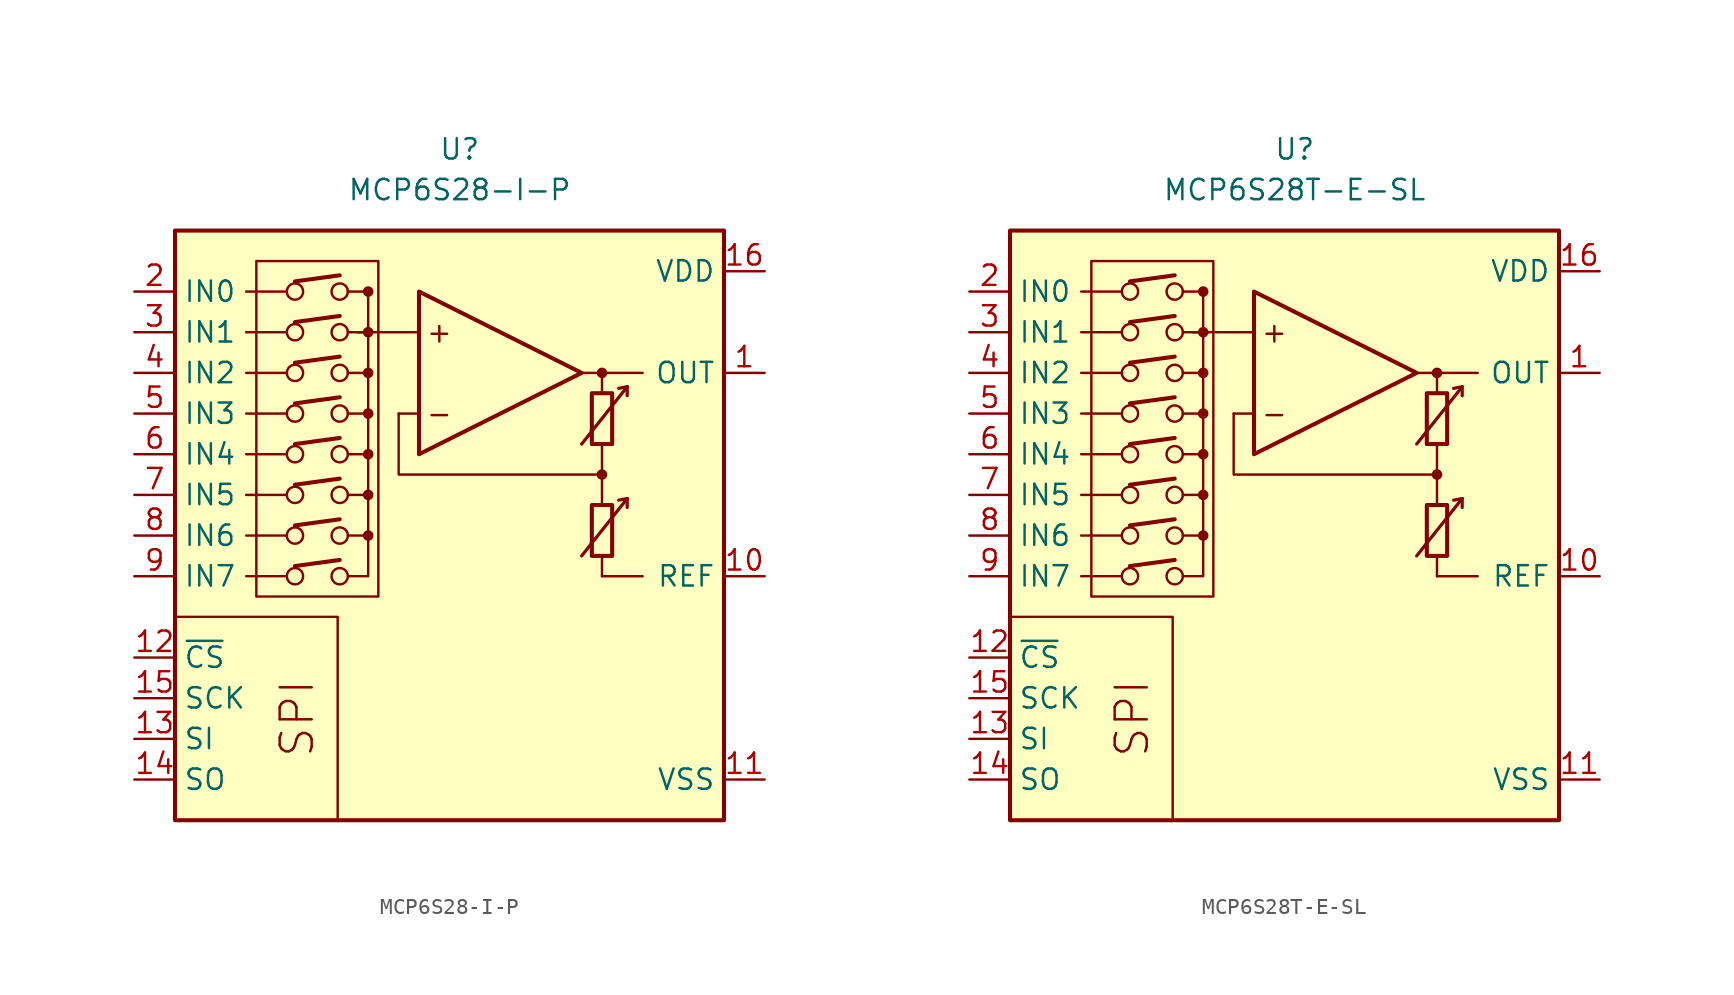
<source format=kicad_sym>
(kicad_symbol_lib
  (version 20211014)
  (generator kicad_symbol_editor)
  (symbol "MCP6S28-I-P"
    (property "Reference" "U"
      (at 0 19.05 0)
      (effects (font (size 1.27 1.27))))
    (property "Value" "MCP6S28-I-P"
      (at 0 16.51 0)
      (effects (font (size 1.27 1.27))))
    (symbol "MCP6S28-I-P_0_0"
      (rectangle (start -17.78 13.97) (end 16.51 -22.86) (stroke (width 0.254) (type default) (color 0 0 0 0)) (fill (type background)))
      (rectangle (start -12.7 12.065) (end -5.08 -8.89) (stroke (width 0.152) (type default) (color 0 0 0 0)) (fill (type none)))
      (circle (center -10.287 -7.62) (radius 0.508) (stroke (width 0) (type default) (color 0 0 0 0)) (fill (type none)))
      (circle (center -10.287 -5.08) (radius 0.508) (stroke (width 0) (type default) (color 0 0 0 0)) (fill (type none)))
      (circle (center -10.287 -2.54) (radius 0.508) (stroke (width 0) (type default) (color 0 0 0 0)) (fill (type none)))
      (circle (center -10.287 0) (radius 0.508) (stroke (width 0) (type default) (color 0 0 0 0)) (fill (type none)))
      (circle (center -10.287 2.54) (radius 0.508) (stroke (width 0) (type default) (color 0 0 0 0)) (fill (type none)))
      (circle (center -10.287 5.08) (radius 0.508) (stroke (width 0) (type default) (color 0 0 0 0)) (fill (type none)))
      (circle (center -10.287 7.62) (radius 0.508) (stroke (width 0) (type default) (color 0 0 0 0)) (fill (type none)))
      (circle (center -10.287 10.16) (radius 0.508) (stroke (width 0) (type default) (color 0 0 0 0)) (fill (type none)))
      (circle (center -7.493 -7.62) (radius 0.508) (stroke (width 0) (type default) (color 0 0 0 0)) (fill (type none)))
      (circle (center -7.493 -5.08) (radius 0.508) (stroke (width 0) (type default) (color 0 0 0 0)) (fill (type none)))
      (circle (center -7.493 -2.54) (radius 0.508) (stroke (width 0) (type default) (color 0 0 0 0)) (fill (type none)))
      (circle (center -7.493 0) (radius 0.508) (stroke (width 0) (type default) (color 0 0 0 0)) (fill (type none)))
      (circle (center -7.493 2.54) (radius 0.508) (stroke (width 0) (type default) (color 0 0 0 0)) (fill (type none)))
      (circle (center -7.493 5.08) (radius 0.508) (stroke (width 0) (type default) (color 0 0 0 0)) (fill (type none)))
      (circle (center -7.493 7.62) (radius 0.508) (stroke (width 0) (type default) (color 0 0 0 0)) (fill (type none)))
      (circle (center -7.493 10.16) (radius 0.508) (stroke (width 0) (type default) (color 0 0 0 0)) (fill (type none)))
      (circle (center -5.715 -5.08) (radius 0.254) (stroke (width 0.152) (type default) (color 0 0 0 0)) (fill (type outline)))
      (circle (center -5.715 -2.54) (radius 0.254) (stroke (width 0.152) (type default) (color 0 0 0 0)) (fill (type outline)))
      (circle (center -5.715 0) (radius 0.254) (stroke (width 0.152) (type default) (color 0 0 0 0)) (fill (type outline)))
      (circle (center -5.715 2.54) (radius 0.254) (stroke (width 0.152) (type default) (color 0 0 0 0)) (fill (type outline)))
      (circle (center -5.715 5.08) (radius 0.254) (stroke (width 0.152) (type default) (color 0 0 0 0)) (fill (type outline)))
      (circle (center -5.715 7.62) (radius 0.254) (stroke (width 0.152) (type default) (color 0 0 0 0)) (fill (type outline)))
      (circle (center -5.715 10.16) (radius 0.254) (stroke (width 0.152) (type default) (color 0 0 0 0)) (fill (type outline)))
      (polyline (pts (xy 8.89 -3.81)) (stroke (width 0.152) (type default) (color 0 0 0 0)) (fill (type none)))
      (polyline (pts (xy 8.89 3.81)) (stroke (width 0.152) (type default) (color 0 0 0 0)) (fill (type none)))
      (polyline (pts (xy -10.795 -7.62) (xy -13.335 -7.62)) (stroke (width 0.152) (type default) (color 0 0 0 0)) (fill (type none)))
      (polyline (pts (xy -10.795 -5.08) (xy -13.335 -5.08)) (stroke (width 0.152) (type default) (color 0 0 0 0)) (fill (type none)))
      (polyline (pts (xy -10.795 -2.54) (xy -13.335 -2.54)) (stroke (width 0.152) (type default) (color 0 0 0 0)) (fill (type none)))
      (polyline (pts (xy -10.795 0) (xy -13.335 0)) (stroke (width 0.152) (type default) (color 0 0 0 0)) (fill (type none)))
      (polyline (pts (xy -10.795 2.54) (xy -13.335 2.54)) (stroke (width 0.152) (type default) (color 0 0 0 0)) (fill (type none)))
      (polyline (pts (xy -10.795 5.08) (xy -13.335 5.08)) (stroke (width 0.152) (type default) (color 0 0 0 0)) (fill (type none)))
      (polyline (pts (xy -10.795 7.62) (xy -13.335 7.62)) (stroke (width 0.152) (type default) (color 0 0 0 0)) (fill (type none)))
      (polyline (pts (xy -10.795 10.16) (xy -13.335 10.16)) (stroke (width 0.152) (type default) (color 0 0 0 0)) (fill (type none)))
      (polyline (pts (xy -10.287 -6.985) (xy -7.493 -6.604)) (stroke (width 0.254) (type default) (color 0 0 0 0)) (fill (type none)))
      (polyline (pts (xy -10.287 -4.445) (xy -7.493 -4.064)) (stroke (width 0.254) (type default) (color 0 0 0 0)) (fill (type none)))
      (polyline (pts (xy -10.287 -1.905) (xy -7.493 -1.524)) (stroke (width 0.254) (type default) (color 0 0 0 0)) (fill (type none)))
      (polyline (pts (xy -10.287 0.635) (xy -7.493 1.016)) (stroke (width 0.254) (type default) (color 0 0 0 0)) (fill (type none)))
      (polyline (pts (xy -10.287 3.175) (xy -7.493 3.556)) (stroke (width 0.254) (type default) (color 0 0 0 0)) (fill (type none)))
      (polyline (pts (xy -10.287 5.715) (xy -7.493 6.096)) (stroke (width 0.254) (type default) (color 0 0 0 0)) (fill (type none)))
      (polyline (pts (xy -10.287 8.255) (xy -7.493 8.636)) (stroke (width 0.254) (type default) (color 0 0 0 0)) (fill (type none)))
      (polyline (pts (xy -10.287 10.795) (xy -7.493 11.176)) (stroke (width 0.254) (type default) (color 0 0 0 0)) (fill (type none)))
      (polyline (pts (xy -5.715 10.16) (xy -6.985 10.16)) (stroke (width 0.152) (type default) (color 0 0 0 0)) (fill (type none)))
      (polyline (pts (xy -2.54 2.54) (xy -3.81 2.54)) (stroke (width 0.152) (type default) (color 0 0 0 0)) (fill (type none)))
      (polyline (pts (xy -2.54 7.62) (xy -6.35 7.62)) (stroke (width 0.152) (type default) (color 0 0 0 0)) (fill (type none)))
      (polyline (pts (xy 7.62 5.08) (xy 11.43 5.08)) (stroke (width 0.152) (type default) (color 0 0 0 0)) (fill (type none)))
      (polyline (pts (xy 8.89 -6.35) (xy 8.89 -7.62)) (stroke (width 0.152) (type default) (color 0 0 0 0)) (fill (type none)))
      (polyline (pts (xy 8.89 -1.27) (xy 8.89 -3.175)) (stroke (width 0.152) (type default) (color 0 0 0 0)) (fill (type none)))
      (polyline (pts (xy 8.89 0.635) (xy 8.89 -1.27)) (stroke (width 0.152) (type default) (color 0 0 0 0)) (fill (type none)))
      (polyline (pts (xy 8.89 5.08) (xy 8.89 3.81)) (stroke (width 0.152) (type default) (color 0 0 0 0)) (fill (type none)))
      (polyline (pts (xy -7.62 -22.86) (xy -7.62 -10.16) (xy -17.78 -10.16)) (stroke (width 0.152) (type default) (color 0 0 0 0)) (fill (type none)))
      (polyline (pts (xy -6.985 -7.62) (xy -5.715 -7.62) (xy -5.715 -5.08)) (stroke (width 0.152) (type default) (color 0 0 0 0)) (fill (type none)))
      (polyline (pts (xy -6.985 -5.08) (xy -5.715 -5.08) (xy -5.715 -2.54)) (stroke (width 0.152) (type default) (color 0 0 0 0)) (fill (type none)))
      (polyline (pts (xy -6.985 -2.54) (xy -5.715 -2.54) (xy -5.715 0)) (stroke (width 0.152) (type default) (color 0 0 0 0)) (fill (type none)))
      (polyline (pts (xy -6.985 0) (xy -5.715 0) (xy -5.715 2.54)) (stroke (width 0.152) (type default) (color 0 0 0 0)) (fill (type none)))
      (polyline (pts (xy -6.985 2.54) (xy -5.715 2.54) (xy -5.715 5.08)) (stroke (width 0.152) (type default) (color 0 0 0 0)) (fill (type none)))
      (polyline (pts (xy -6.985 5.08) (xy -5.715 5.08) (xy -5.715 7.62)) (stroke (width 0.152) (type default) (color 0 0 0 0)) (fill (type none)))
      (polyline (pts (xy -6.985 7.62) (xy -5.715 7.62) (xy -5.715 10.16)) (stroke (width 0.152) (type default) (color 0 0 0 0)) (fill (type none)))
      (polyline (pts (xy 8.89 -1.27) (xy -3.81 -1.27) (xy -3.81 2.54)) (stroke (width 0.152) (type default) (color 0 0 0 0)) (fill (type none)))
      (circle (center 8.89 -1.27) (radius 0.254) (stroke (width 0.152) (type default) (color 0 0 0 0)) (fill (type outline)))
      (circle (center 8.89 5.08) (radius 0.254) (stroke (width 0.152) (type default) (color 0 0 0 0)) (fill (type outline)))
      (text "+" (at -1.27 7.62 0) (effects (font (size 1.27 1.27))))
      (text "-" (at -1.27 2.54 0) (effects (font (size 1.27 1.27))))
      (text "SPI" (at -10.16 -16.51 900) (effects (font (size 2 2)))))
    (symbol "MCP6S28-I-P_0_1"
      (polyline (pts (xy 8.89 -7.62) (xy 11.43 -7.62)) (stroke (width 0) (type default) (color 0 0 0 0)) (fill (type none)))
      (polyline (pts (xy 10.465 -2.769) (xy 9.931 -2.87)) (stroke (width 0.2) (type default) (color 0 0 0 0)) (fill (type none)))
      (polyline (pts (xy 10.465 -2.769) (xy 10.465 -3.327)) (stroke (width 0.2) (type default) (color 0 0 0 0)) (fill (type none)))
      (polyline (pts (xy 10.465 4.216) (xy 9.931 4.115)) (stroke (width 0.2) (type default) (color 0 0 0 0)) (fill (type none)))
      (polyline (pts (xy 10.465 4.216) (xy 10.465 3.658)) (stroke (width 0.2) (type default) (color 0 0 0 0)) (fill (type none)))
      (polyline (pts (xy -2.54 10.16) (xy -2.54 0) (xy 7.62 5.08) (xy -2.54 10.16)) (stroke (width 0.254) (type default) (color 0 0 0 0)) (fill (type background)))
      (polyline (pts (xy 7.62 -6.35) (xy 10.465 -2.769) (xy 10.465 -2.769) (xy 10.465 -2.769)) (stroke (width 0.2) (type default) (color 0 0 0 0)) (fill (type none)))
      (polyline (pts (xy 7.62 0.635) (xy 10.465 4.216) (xy 10.465 4.216) (xy 10.465 4.216)) (stroke (width 0.2) (type default) (color 0 0 0 0)) (fill (type none)))
      (rectangle (start 8.255 -3.175) (end 9.525 -6.35) (stroke (width 0.254) (type default) (color 0 0 0 0)) (fill (type none)))
      (rectangle (start 8.255 3.81) (end 9.525 0.635) (stroke (width 0.254) (type default) (color 0 0 0 0)) (fill (type none))))
    (symbol "MCP6S28-I-P_1_1"
      (pin output line (at 19.05 5.08 180) (length 2.54) (name "OUT" (effects (font (size 1.27 1.27)))) (number "1" (effects (font (size 1.27 1.27)))))
      (pin passive line (at 19.05 -7.62 180) (length 2.54) (name "REF" (effects (font (size 1.27 1.27)))) (number "10" (effects (font (size 1.27 1.27)))))
      (pin power_in line (at 19.05 -20.32 180) (length 2.54) (name "VSS" (effects (font (size 1.27 1.27)))) (number "11" (effects (font (size 1.27 1.27)))))
      (pin input line (at -20.32 -12.7 0) (length 2.54) (name "~{CS}" (effects (font (size 1.27 1.27)))) (number "12" (effects (font (size 1.27 1.27)))))
      (pin input line (at -20.32 -17.78 0) (length 2.54) (name "SI" (effects (font (size 1.27 1.27)))) (number "13" (effects (font (size 1.27 1.27)))))
      (pin output line (at -20.32 -20.32 0) (length 2.54) (name "SO" (effects (font (size 1.27 1.27)))) (number "14" (effects (font (size 1.27 1.27)))))
      (pin input line (at -20.32 -15.24 0) (length 2.54) (name "SCK" (effects (font (size 1.27 1.27)))) (number "15" (effects (font (size 1.27 1.27)))))
      (pin power_in line (at 19.05 11.43 180) (length 2.54) (name "VDD" (effects (font (size 1.27 1.27)))) (number "16" (effects (font (size 1.27 1.27)))))
      (pin input line (at -20.32 10.16 0) (length 2.54) (name "IN0" (effects (font (size 1.27 1.27)))) (number "2" (effects (font (size 1.27 1.27)))))
      (pin input line (at -20.32 7.62 0) (length 2.54) (name "IN1" (effects (font (size 1.27 1.27)))) (number "3" (effects (font (size 1.27 1.27)))))
      (pin input line (at -20.32 5.08 0) (length 2.54) (name "IN2" (effects (font (size 1.27 1.27)))) (number "4" (effects (font (size 1.27 1.27)))))
      (pin input line (at -20.32 2.54 0) (length 2.54) (name "IN3" (effects (font (size 1.27 1.27)))) (number "5" (effects (font (size 1.27 1.27)))))
      (pin input line (at -20.32 0 0) (length 2.54) (name "IN4" (effects (font (size 1.27 1.27)))) (number "6" (effects (font (size 1.27 1.27)))))
      (pin input line (at -20.32 -2.54 0) (length 2.54) (name "IN5" (effects (font (size 1.27 1.27)))) (number "7" (effects (font (size 1.27 1.27)))))
      (pin input line (at -20.32 -5.08 0) (length 2.54) (name "IN6" (effects (font (size 1.27 1.27)))) (number "8" (effects (font (size 1.27 1.27)))))
      (pin input line (at -20.32 -7.62 0) (length 2.54) (name "IN7" (effects (font (size 1.27 1.27)))) (number "9" (effects (font (size 1.27 1.27)))))))
  (symbol "MCP6S28T-E-SL"
    (property "Reference" "U"
      (at 0 19.05 0)
      (effects (font (size 1.27 1.27))))
    (property "Value" "MCP6S28T-E-SL"
      (at 0 16.51 0)
      (effects (font (size 1.27 1.27))))
    (symbol "MCP6S28T-E-SL_0_0"
      (rectangle (start -17.78 13.97) (end 16.51 -22.86) (stroke (width 0.254) (type default) (color 0 0 0 0)) (fill (type background)))
      (rectangle (start -12.7 12.065) (end -5.08 -8.89) (stroke (width 0.152) (type default) (color 0 0 0 0)) (fill (type none)))
      (circle (center -10.287 -7.62) (radius 0.508) (stroke (width 0) (type default) (color 0 0 0 0)) (fill (type none)))
      (circle (center -10.287 -5.08) (radius 0.508) (stroke (width 0) (type default) (color 0 0 0 0)) (fill (type none)))
      (circle (center -10.287 -2.54) (radius 0.508) (stroke (width 0) (type default) (color 0 0 0 0)) (fill (type none)))
      (circle (center -10.287 0) (radius 0.508) (stroke (width 0) (type default) (color 0 0 0 0)) (fill (type none)))
      (circle (center -10.287 2.54) (radius 0.508) (stroke (width 0) (type default) (color 0 0 0 0)) (fill (type none)))
      (circle (center -10.287 5.08) (radius 0.508) (stroke (width 0) (type default) (color 0 0 0 0)) (fill (type none)))
      (circle (center -10.287 7.62) (radius 0.508) (stroke (width 0) (type default) (color 0 0 0 0)) (fill (type none)))
      (circle (center -10.287 10.16) (radius 0.508) (stroke (width 0) (type default) (color 0 0 0 0)) (fill (type none)))
      (circle (center -7.493 -7.62) (radius 0.508) (stroke (width 0) (type default) (color 0 0 0 0)) (fill (type none)))
      (circle (center -7.493 -5.08) (radius 0.508) (stroke (width 0) (type default) (color 0 0 0 0)) (fill (type none)))
      (circle (center -7.493 -2.54) (radius 0.508) (stroke (width 0) (type default) (color 0 0 0 0)) (fill (type none)))
      (circle (center -7.493 0) (radius 0.508) (stroke (width 0) (type default) (color 0 0 0 0)) (fill (type none)))
      (circle (center -7.493 2.54) (radius 0.508) (stroke (width 0) (type default) (color 0 0 0 0)) (fill (type none)))
      (circle (center -7.493 5.08) (radius 0.508) (stroke (width 0) (type default) (color 0 0 0 0)) (fill (type none)))
      (circle (center -7.493 7.62) (radius 0.508) (stroke (width 0) (type default) (color 0 0 0 0)) (fill (type none)))
      (circle (center -7.493 10.16) (radius 0.508) (stroke (width 0) (type default) (color 0 0 0 0)) (fill (type none)))
      (circle (center -5.715 -5.08) (radius 0.254) (stroke (width 0.152) (type default) (color 0 0 0 0)) (fill (type outline)))
      (circle (center -5.715 -2.54) (radius 0.254) (stroke (width 0.152) (type default) (color 0 0 0 0)) (fill (type outline)))
      (circle (center -5.715 0) (radius 0.254) (stroke (width 0.152) (type default) (color 0 0 0 0)) (fill (type outline)))
      (circle (center -5.715 2.54) (radius 0.254) (stroke (width 0.152) (type default) (color 0 0 0 0)) (fill (type outline)))
      (circle (center -5.715 5.08) (radius 0.254) (stroke (width 0.152) (type default) (color 0 0 0 0)) (fill (type outline)))
      (circle (center -5.715 7.62) (radius 0.254) (stroke (width 0.152) (type default) (color 0 0 0 0)) (fill (type outline)))
      (circle (center -5.715 10.16) (radius 0.254) (stroke (width 0.152) (type default) (color 0 0 0 0)) (fill (type outline)))
      (polyline (pts (xy 8.89 -3.81)) (stroke (width 0.152) (type default) (color 0 0 0 0)) (fill (type none)))
      (polyline (pts (xy 8.89 3.81)) (stroke (width 0.152) (type default) (color 0 0 0 0)) (fill (type none)))
      (polyline (pts (xy -10.795 -7.62) (xy -13.335 -7.62)) (stroke (width 0.152) (type default) (color 0 0 0 0)) (fill (type none)))
      (polyline (pts (xy -10.795 -5.08) (xy -13.335 -5.08)) (stroke (width 0.152) (type default) (color 0 0 0 0)) (fill (type none)))
      (polyline (pts (xy -10.795 -2.54) (xy -13.335 -2.54)) (stroke (width 0.152) (type default) (color 0 0 0 0)) (fill (type none)))
      (polyline (pts (xy -10.795 0) (xy -13.335 0)) (stroke (width 0.152) (type default) (color 0 0 0 0)) (fill (type none)))
      (polyline (pts (xy -10.795 2.54) (xy -13.335 2.54)) (stroke (width 0.152) (type default) (color 0 0 0 0)) (fill (type none)))
      (polyline (pts (xy -10.795 5.08) (xy -13.335 5.08)) (stroke (width 0.152) (type default) (color 0 0 0 0)) (fill (type none)))
      (polyline (pts (xy -10.795 7.62) (xy -13.335 7.62)) (stroke (width 0.152) (type default) (color 0 0 0 0)) (fill (type none)))
      (polyline (pts (xy -10.795 10.16) (xy -13.335 10.16)) (stroke (width 0.152) (type default) (color 0 0 0 0)) (fill (type none)))
      (polyline (pts (xy -10.287 -6.985) (xy -7.493 -6.604)) (stroke (width 0.254) (type default) (color 0 0 0 0)) (fill (type none)))
      (polyline (pts (xy -10.287 -4.445) (xy -7.493 -4.064)) (stroke (width 0.254) (type default) (color 0 0 0 0)) (fill (type none)))
      (polyline (pts (xy -10.287 -1.905) (xy -7.493 -1.524)) (stroke (width 0.254) (type default) (color 0 0 0 0)) (fill (type none)))
      (polyline (pts (xy -10.287 0.635) (xy -7.493 1.016)) (stroke (width 0.254) (type default) (color 0 0 0 0)) (fill (type none)))
      (polyline (pts (xy -10.287 3.175) (xy -7.493 3.556)) (stroke (width 0.254) (type default) (color 0 0 0 0)) (fill (type none)))
      (polyline (pts (xy -10.287 5.715) (xy -7.493 6.096)) (stroke (width 0.254) (type default) (color 0 0 0 0)) (fill (type none)))
      (polyline (pts (xy -10.287 8.255) (xy -7.493 8.636)) (stroke (width 0.254) (type default) (color 0 0 0 0)) (fill (type none)))
      (polyline (pts (xy -10.287 10.795) (xy -7.493 11.176)) (stroke (width 0.254) (type default) (color 0 0 0 0)) (fill (type none)))
      (polyline (pts (xy -5.715 10.16) (xy -6.985 10.16)) (stroke (width 0.152) (type default) (color 0 0 0 0)) (fill (type none)))
      (polyline (pts (xy -2.54 2.54) (xy -3.81 2.54)) (stroke (width 0.152) (type default) (color 0 0 0 0)) (fill (type none)))
      (polyline (pts (xy -2.54 7.62) (xy -6.35 7.62)) (stroke (width 0.152) (type default) (color 0 0 0 0)) (fill (type none)))
      (polyline (pts (xy 7.62 5.08) (xy 11.43 5.08)) (stroke (width 0.152) (type default) (color 0 0 0 0)) (fill (type none)))
      (polyline (pts (xy 8.89 -6.35) (xy 8.89 -7.62)) (stroke (width 0.152) (type default) (color 0 0 0 0)) (fill (type none)))
      (polyline (pts (xy 8.89 -1.27) (xy 8.89 -3.175)) (stroke (width 0.152) (type default) (color 0 0 0 0)) (fill (type none)))
      (polyline (pts (xy 8.89 0.635) (xy 8.89 -1.27)) (stroke (width 0.152) (type default) (color 0 0 0 0)) (fill (type none)))
      (polyline (pts (xy 8.89 5.08) (xy 8.89 3.81)) (stroke (width 0.152) (type default) (color 0 0 0 0)) (fill (type none)))
      (polyline (pts (xy -7.62 -22.86) (xy -7.62 -10.16) (xy -17.78 -10.16)) (stroke (width 0.152) (type default) (color 0 0 0 0)) (fill (type none)))
      (polyline (pts (xy -6.985 -7.62) (xy -5.715 -7.62) (xy -5.715 -5.08)) (stroke (width 0.152) (type default) (color 0 0 0 0)) (fill (type none)))
      (polyline (pts (xy -6.985 -5.08) (xy -5.715 -5.08) (xy -5.715 -2.54)) (stroke (width 0.152) (type default) (color 0 0 0 0)) (fill (type none)))
      (polyline (pts (xy -6.985 -2.54) (xy -5.715 -2.54) (xy -5.715 0)) (stroke (width 0.152) (type default) (color 0 0 0 0)) (fill (type none)))
      (polyline (pts (xy -6.985 0) (xy -5.715 0) (xy -5.715 2.54)) (stroke (width 0.152) (type default) (color 0 0 0 0)) (fill (type none)))
      (polyline (pts (xy -6.985 2.54) (xy -5.715 2.54) (xy -5.715 5.08)) (stroke (width 0.152) (type default) (color 0 0 0 0)) (fill (type none)))
      (polyline (pts (xy -6.985 5.08) (xy -5.715 5.08) (xy -5.715 7.62)) (stroke (width 0.152) (type default) (color 0 0 0 0)) (fill (type none)))
      (polyline (pts (xy -6.985 7.62) (xy -5.715 7.62) (xy -5.715 10.16)) (stroke (width 0.152) (type default) (color 0 0 0 0)) (fill (type none)))
      (polyline (pts (xy 8.89 -1.27) (xy -3.81 -1.27) (xy -3.81 2.54)) (stroke (width 0.152) (type default) (color 0 0 0 0)) (fill (type none)))
      (circle (center 8.89 -1.27) (radius 0.254) (stroke (width 0.152) (type default) (color 0 0 0 0)) (fill (type outline)))
      (circle (center 8.89 5.08) (radius 0.254) (stroke (width 0.152) (type default) (color 0 0 0 0)) (fill (type outline)))
      (text "+" (at -1.27 7.62 0) (effects (font (size 1.27 1.27))))
      (text "-" (at -1.27 2.54 0) (effects (font (size 1.27 1.27))))
      (text "SPI" (at -10.16 -16.51 900) (effects (font (size 2 2)))))
    (symbol "MCP6S28T-E-SL_0_1"
      (polyline (pts (xy 8.89 -7.62) (xy 11.43 -7.62)) (stroke (width 0) (type default) (color 0 0 0 0)) (fill (type none)))
      (polyline (pts (xy 10.465 -2.769) (xy 9.931 -2.87)) (stroke (width 0.2) (type default) (color 0 0 0 0)) (fill (type none)))
      (polyline (pts (xy 10.465 -2.769) (xy 10.465 -3.327)) (stroke (width 0.2) (type default) (color 0 0 0 0)) (fill (type none)))
      (polyline (pts (xy 10.465 4.216) (xy 9.931 4.115)) (stroke (width 0.2) (type default) (color 0 0 0 0)) (fill (type none)))
      (polyline (pts (xy 10.465 4.216) (xy 10.465 3.658)) (stroke (width 0.2) (type default) (color 0 0 0 0)) (fill (type none)))
      (polyline (pts (xy -2.54 10.16) (xy -2.54 0) (xy 7.62 5.08) (xy -2.54 10.16)) (stroke (width 0.254) (type default) (color 0 0 0 0)) (fill (type background)))
      (polyline (pts (xy 7.62 -6.35) (xy 10.465 -2.769) (xy 10.465 -2.769) (xy 10.465 -2.769)) (stroke (width 0.2) (type default) (color 0 0 0 0)) (fill (type none)))
      (polyline (pts (xy 7.62 0.635) (xy 10.465 4.216) (xy 10.465 4.216) (xy 10.465 4.216)) (stroke (width 0.2) (type default) (color 0 0 0 0)) (fill (type none)))
      (rectangle (start 8.255 -3.175) (end 9.525 -6.35) (stroke (width 0.254) (type default) (color 0 0 0 0)) (fill (type none)))
      (rectangle (start 8.255 3.81) (end 9.525 0.635) (stroke (width 0.254) (type default) (color 0 0 0 0)) (fill (type none))))
    (symbol "MCP6S28T-E-SL_1_1"
      (pin output line (at 19.05 5.08 180) (length 2.54) (name "OUT" (effects (font (size 1.27 1.27)))) (number "1" (effects (font (size 1.27 1.27)))))
      (pin passive line (at 19.05 -7.62 180) (length 2.54) (name "REF" (effects (font (size 1.27 1.27)))) (number "10" (effects (font (size 1.27 1.27)))))
      (pin power_in line (at 19.05 -20.32 180) (length 2.54) (name "VSS" (effects (font (size 1.27 1.27)))) (number "11" (effects (font (size 1.27 1.27)))))
      (pin input line (at -20.32 -12.7 0) (length 2.54) (name "~{CS}" (effects (font (size 1.27 1.27)))) (number "12" (effects (font (size 1.27 1.27)))))
      (pin input line (at -20.32 -17.78 0) (length 2.54) (name "SI" (effects (font (size 1.27 1.27)))) (number "13" (effects (font (size 1.27 1.27)))))
      (pin output line (at -20.32 -20.32 0) (length 2.54) (name "SO" (effects (font (size 1.27 1.27)))) (number "14" (effects (font (size 1.27 1.27)))))
      (pin input line (at -20.32 -15.24 0) (length 2.54) (name "SCK" (effects (font (size 1.27 1.27)))) (number "15" (effects (font (size 1.27 1.27)))))
      (pin power_in line (at 19.05 11.43 180) (length 2.54) (name "VDD" (effects (font (size 1.27 1.27)))) (number "16" (effects (font (size 1.27 1.27)))))
      (pin input line (at -20.32 10.16 0) (length 2.54) (name "IN0" (effects (font (size 1.27 1.27)))) (number "2" (effects (font (size 1.27 1.27)))))
      (pin input line (at -20.32 7.62 0) (length 2.54) (name "IN1" (effects (font (size 1.27 1.27)))) (number "3" (effects (font (size 1.27 1.27)))))
      (pin input line (at -20.32 5.08 0) (length 2.54) (name "IN2" (effects (font (size 1.27 1.27)))) (number "4" (effects (font (size 1.27 1.27)))))
      (pin input line (at -20.32 2.54 0) (length 2.54) (name "IN3" (effects (font (size 1.27 1.27)))) (number "5" (effects (font (size 1.27 1.27)))))
      (pin input line (at -20.32 0 0) (length 2.54) (name "IN4" (effects (font (size 1.27 1.27)))) (number "6" (effects (font (size 1.27 1.27)))))
      (pin input line (at -20.32 -2.54 0) (length 2.54) (name "IN5" (effects (font (size 1.27 1.27)))) (number "7" (effects (font (size 1.27 1.27)))))
      (pin input line (at -20.32 -5.08 0) (length 2.54) (name "IN6" (effects (font (size 1.27 1.27)))) (number "8" (effects (font (size 1.27 1.27)))))
      (pin input line (at -20.32 -7.62 0) (length 2.54) (name "IN7" (effects (font (size 1.27 1.27)))) (number "9" (effects (font (size 1.27 1.27))))))))
</source>
